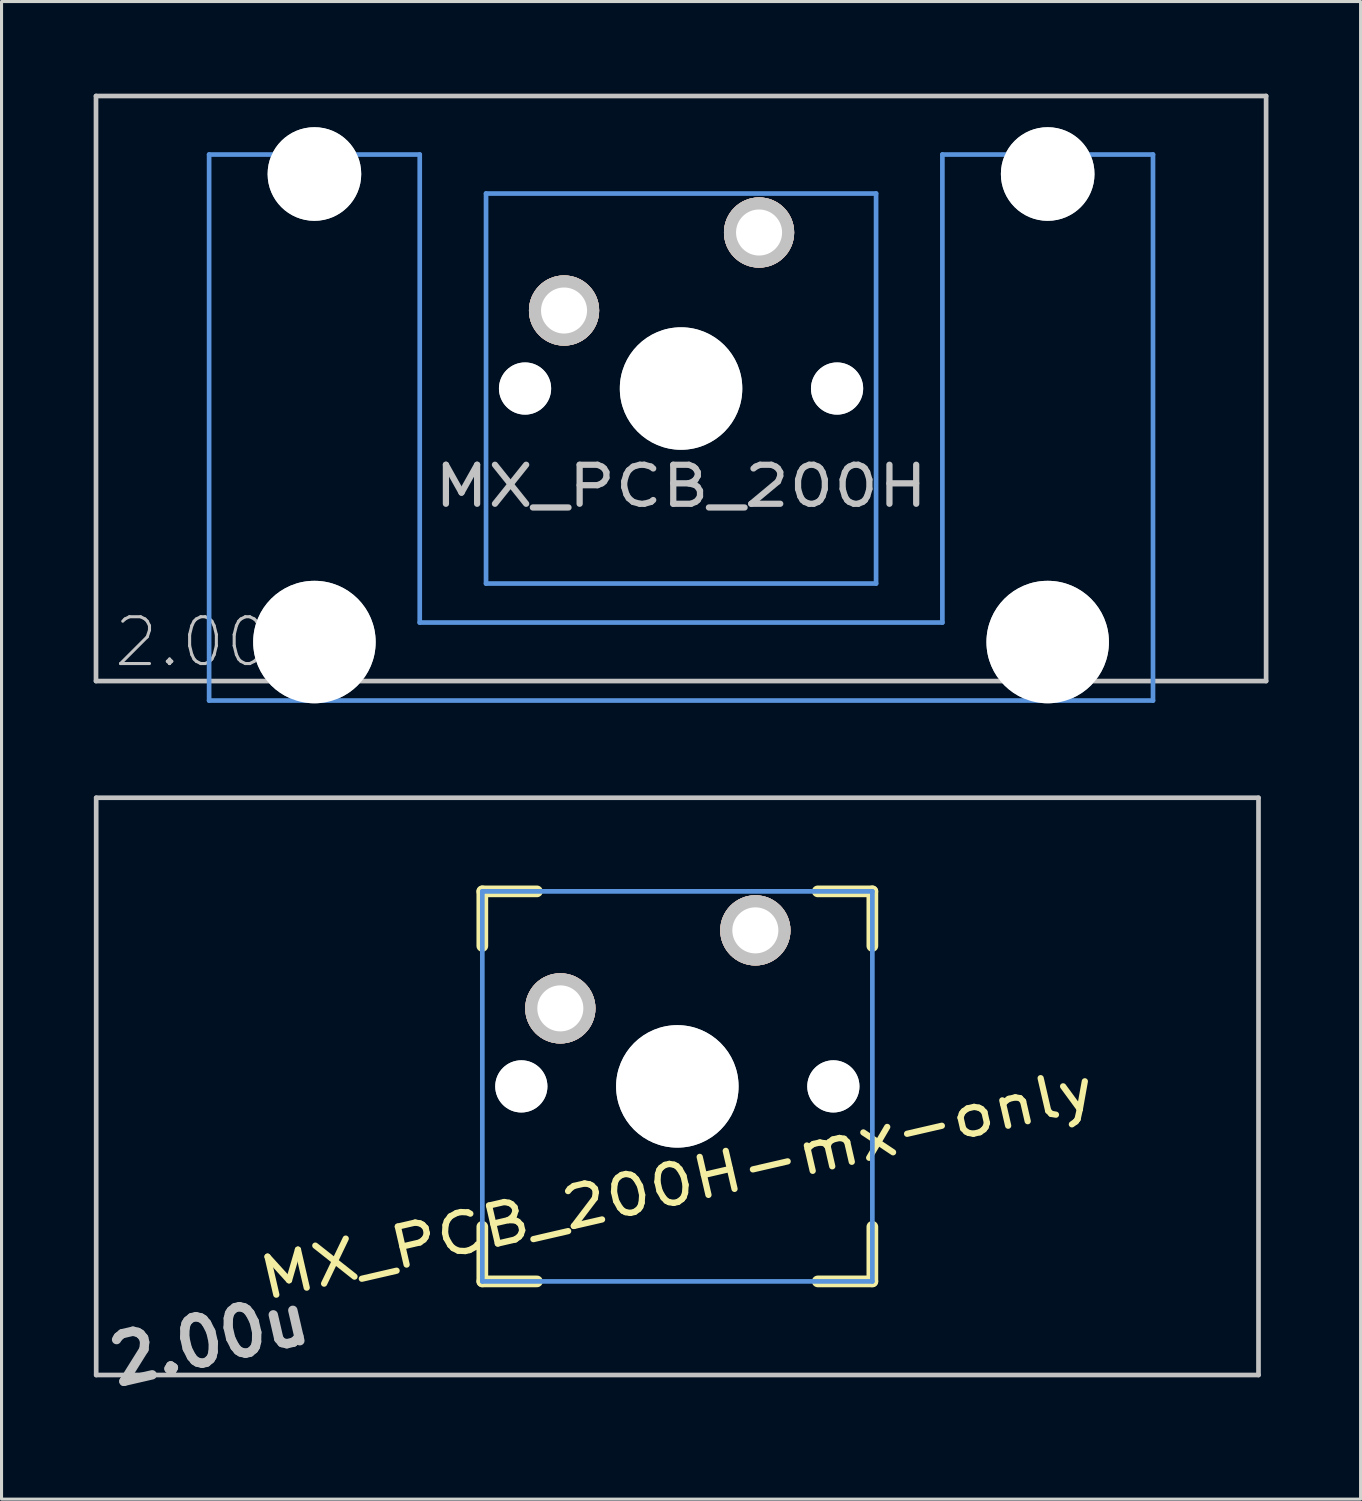
<source format=kicad_pcb>
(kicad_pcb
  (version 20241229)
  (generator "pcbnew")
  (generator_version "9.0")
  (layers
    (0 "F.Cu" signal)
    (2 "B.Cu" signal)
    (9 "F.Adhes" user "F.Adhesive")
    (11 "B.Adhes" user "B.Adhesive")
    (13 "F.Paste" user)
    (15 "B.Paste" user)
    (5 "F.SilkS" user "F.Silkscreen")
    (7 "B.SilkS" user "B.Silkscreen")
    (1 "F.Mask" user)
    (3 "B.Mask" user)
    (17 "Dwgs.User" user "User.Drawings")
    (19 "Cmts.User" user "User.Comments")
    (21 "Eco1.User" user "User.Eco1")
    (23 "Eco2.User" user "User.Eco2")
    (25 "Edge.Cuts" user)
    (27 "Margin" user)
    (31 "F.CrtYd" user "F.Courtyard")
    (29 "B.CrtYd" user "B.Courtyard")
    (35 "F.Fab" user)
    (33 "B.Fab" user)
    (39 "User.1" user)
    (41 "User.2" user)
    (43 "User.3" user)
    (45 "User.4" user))
  (footprint "MX_PCB_200H-mx-only"
    (layer "F.Cu")
    (at 19.005 32.324)
    (property "Reference" "MX_PCB_200H-mx-only" (at 0 3.175 13) (layer "F.SilkS") (effects (font (size 1.27 1.524) (thickness 0.203))))
    (attr through_hole)
    (fp_line (start -6.35 -6.35) (end -4.572 -6.35) (stroke (width 0.381) (type solid)) (layer "F.SilkS"))
    (fp_line (start -6.35 -4.572) (end -6.35 -6.35) (stroke (width 0.381) (type solid)) (layer "F.SilkS"))
    (fp_line (start -6.35 6.35) (end -6.35 4.572) (stroke (width 0.381) (type solid)) (layer "F.SilkS"))
    (fp_line (start -4.572 6.35) (end -6.35 6.35) (stroke (width 0.381) (type solid)) (layer "F.SilkS"))
    (fp_line (start 4.572 -6.35) (end 6.35 -6.35) (stroke (width 0.381) (type solid)) (layer "F.SilkS"))
    (fp_line (start 6.35 -6.35) (end 6.35 -4.572) (stroke (width 0.381) (type solid)) (layer "F.SilkS"))
    (fp_line (start 6.35 4.572) (end 6.35 6.35) (stroke (width 0.381) (type solid)) (layer "F.SilkS"))
    (fp_line (start 6.35 6.35) (end 4.572 6.35) (stroke (width 0.381) (type solid)) (layer "F.SilkS"))
    (fp_line (start -18.923 -9.398) (end 18.923 -9.398) (stroke (width 0.152) (type solid)) (layer "Dwgs.User"))
    (fp_line (start -18.923 9.398) (end -18.923 -9.398) (stroke (width 0.152) (type solid)) (layer "Dwgs.User"))
    (fp_line (start 18.923 -9.398) (end 18.923 9.398) (stroke (width 0.152) (type solid)) (layer "Dwgs.User"))
    (fp_line (start 18.923 9.398) (end -18.923 9.398) (stroke (width 0.152) (type solid)) (layer "Dwgs.User"))
    (fp_line (start -6.35 -6.35) (end 6.35 -6.35) (stroke (width 0.152) (type solid)) (layer "Cmts.User"))
    (fp_line (start -6.35 6.35) (end -6.35 -6.35) (stroke (width 0.152) (type solid)) (layer "Cmts.User"))
    (fp_line (start 6.35 -6.35) (end 6.35 6.35) (stroke (width 0.152) (type solid)) (layer "Cmts.User"))
    (fp_line (start 6.35 6.35) (end -6.35 6.35) (stroke (width 0.152) (type solid)) (layer "Cmts.User"))
    (fp_text user "2.00u" (at -15.24 8.255 13) (layer "Dwgs.User") (effects (font (size 1.524 1.524) (thickness 0.305))))
    (pad "" np_thru_hole circle (at -5.08 0 13) (size 1.7 1.7) (drill 1.7) (layers "*.Cu" "Dwgs.User"))
    (pad "" np_thru_hole circle (at 0 0 13) (size 3.988 3.988) (drill 3.988) (layers "*.Cu" "Dwgs.User"))
    (pad "" np_thru_hole circle (at 5.08 0 13) (size 1.7 1.7) (drill 1.7) (layers "*.Cu" "Dwgs.User"))
    (pad "1" thru_hole circle (at 2.54 -5.08 13) (size 2.286 2.286) (drill 1.499) (layers "*.Cu" "*.SilkS" "*.Mask" "Dwgs.User"))
    (pad "2" thru_hole circle (at -3.81 -2.54 13) (size 2.286 2.286) (drill 1.499) (layers "*.Cu" "*.SilkS" "*.Mask" "Dwgs.User")))
  (footprint "MX_PCB_200H"
    (layer "F.Cu")
    (at 19.126 9.601)
    (property "Reference" "MX_PCB_200H" (at 0 3.175 0) (layer "Dwgs.User") (effects (font (size 1.27 1.524) (thickness 0.203))))
    (attr through_hole)
    (fp_line (start -19.05 -9.525) (end 19.05 -9.525) (stroke (width 0.152) (type solid)) (layer "Dwgs.User"))
    (fp_line (start -19.05 9.525) (end -19.05 -9.525) (stroke (width 0.152) (type solid)) (layer "Dwgs.User"))
    (fp_line (start 19.05 -9.525) (end 19.05 9.525) (stroke (width 0.152) (type solid)) (layer "Dwgs.User"))
    (fp_line (start 19.05 9.525) (end -19.05 9.525) (stroke (width 0.152) (type solid)) (layer "Dwgs.User"))
    (fp_line (start -15.367 -7.62) (end -15.367 10.16) (stroke (width 0.152) (type solid)) (layer "Cmts.User"))
    (fp_line (start -15.367 10.16) (end 15.367 10.16) (stroke (width 0.152) (type solid)) (layer "Cmts.User"))
    (fp_line (start -8.509 -7.62) (end -15.367 -7.62) (stroke (width 0.152) (type solid)) (layer "Cmts.User"))
    (fp_line (start -8.509 7.62) (end -8.509 -7.62) (stroke (width 0.152) (type solid)) (layer "Cmts.User"))
    (fp_line (start -6.35 -6.35) (end 6.35 -6.35) (stroke (width 0.152) (type solid)) (layer "Cmts.User"))
    (fp_line (start -6.35 6.35) (end -6.35 -6.35) (stroke (width 0.152) (type solid)) (layer "Cmts.User"))
    (fp_line (start 6.35 -6.35) (end 6.35 6.35) (stroke (width 0.152) (type solid)) (layer "Cmts.User"))
    (fp_line (start 6.35 6.35) (end -6.35 6.35) (stroke (width 0.152) (type solid)) (layer "Cmts.User"))
    (fp_line (start 8.509 -7.62) (end 8.509 7.62) (stroke (width 0.152) (type solid)) (layer "Cmts.User"))
    (fp_line (start 8.509 7.62) (end -8.509 7.62) (stroke (width 0.152) (type solid)) (layer "Cmts.User"))
    (fp_line (start 15.367 -7.62) (end 8.509 -7.62) (stroke (width 0.152) (type solid)) (layer "Cmts.User"))
    (fp_line (start 15.367 10.16) (end 15.367 -7.62) (stroke (width 0.152) (type solid)) (layer "Cmts.User"))
    (fp_curve (pts (xy -15.46 -7.995) (xy -15.46 -7.995) (xy -15.46 8.005) (xy -15.46 8.005)) (stroke (width 0.3) (type solid)) (layer "Eco2.User"))
    (fp_curve (pts (xy -15.46 8.005) (xy -15.46 8.555) (xy -15.01 9.005) (xy -14.46 9.005)) (stroke (width 0.3) (type solid)) (layer "Eco2.User"))
    (fp_curve (pts (xy -14.46 -8.995) (xy -15.01 -8.995) (xy -15.46 -8.545) (xy -15.46 -7.995)) (stroke (width 0.3) (type solid)) (layer "Eco2.User"))
    (fp_curve (pts (xy -14.46 9.005) (xy -14.46 9.005) (xy -9.41 9.005) (xy -9.41 9.005)) (stroke (width 0.3) (type solid)) (layer "Eco2.User"))
    (fp_curve (pts (xy -9.41 -8.995) (xy -9.41 -8.995) (xy -14.46 -8.995) (xy -14.46 -8.995)) (stroke (width 0.3) (type solid)) (layer "Eco2.User"))
    (fp_curve (pts (xy -9.41 9.005) (xy -8.86 9.005) (xy -8.41 8.555) (xy -8.41 8.005)) (stroke (width 0.3) (type solid)) (layer "Eco2.User"))
    (fp_curve (pts (xy -8.41 -7.995) (xy -8.41 -8.545) (xy -8.86 -8.995) (xy -9.41 -8.995)) (stroke (width 0.3) (type solid)) (layer "Eco2.User"))
    (fp_curve (pts (xy -8.41 8.005) (xy -8.41 8.005) (xy -8.41 -7.995) (xy -8.41 -7.995)) (stroke (width 0.3) (type solid)) (layer "Eco2.User"))
    (fp_curve (pts (xy -7 -6.001) (xy -7 -6.551) (xy -6.55 -7.001) (xy -6 -7.001)) (stroke (width 0.3) (type solid)) (layer "Eco2.User"))
    (fp_curve (pts (xy -7 5.999) (xy -7 5.999) (xy -7 -6.001) (xy -7 -6.001)) (stroke (width 0.3) (type solid)) (layer "Eco2.User"))
    (fp_curve (pts (xy -6 -7.001) (xy -6 -7.001) (xy 6 -7.001) (xy 6 -7.001)) (stroke (width 0.3) (type solid)) (layer "Eco2.User"))
    (fp_curve (pts (xy -6 6.999) (xy -6.55 6.999) (xy -7 6.549) (xy -7 5.999)) (stroke (width 0.3) (type solid)) (layer "Eco2.User"))
    (fp_curve (pts (xy 6 -7.001) (xy 6.55 -7.001) (xy 7 -6.551) (xy 7 -6.001)) (stroke (width 0.3) (type solid)) (layer "Eco2.User"))
    (fp_curve (pts (xy 6 6.999) (xy 6 6.999) (xy -6 6.999) (xy -6 6.999)) (stroke (width 0.3) (type solid)) (layer "Eco2.User"))
    (fp_curve (pts (xy 7 -6.001) (xy 7 -6.001) (xy 7 5.999) (xy 7 5.999)) (stroke (width 0.3) (type solid)) (layer "Eco2.User"))
    (fp_curve (pts (xy 7 5.999) (xy 7 6.549) (xy 6.55 6.999) (xy 6 6.999)) (stroke (width 0.3) (type solid)) (layer "Eco2.User"))
    (fp_curve (pts (xy 8.406 -7.995) (xy 8.406 -8.545) (xy 8.856 -8.995) (xy 9.406 -8.995)) (stroke (width 0.3) (type solid)) (layer "Eco2.User"))
    (fp_curve (pts (xy 8.406 8.005) (xy 8.406 8.005) (xy 8.406 -7.995) (xy 8.406 -7.995)) (stroke (width 0.3) (type solid)) (layer "Eco2.User"))
    (fp_curve (pts (xy 9.406 -8.995) (xy 9.406 -8.995) (xy 14.456 -8.995) (xy 14.456 -8.995)) (stroke (width 0.3) (type solid)) (layer "Eco2.User"))
    (fp_curve (pts (xy 9.406 9.005) (xy 8.856 9.005) (xy 8.406 8.555) (xy 8.406 8.005)) (stroke (width 0.3) (type solid)) (layer "Eco2.User"))
    (fp_curve (pts (xy 14.456 -8.995) (xy 15.006 -8.995) (xy 15.456 -8.545) (xy 15.456 -7.995)) (stroke (width 0.3) (type solid)) (layer "Eco2.User"))
    (fp_curve (pts (xy 14.456 9.005) (xy 14.456 9.005) (xy 9.406 9.005) (xy 9.406 9.005)) (stroke (width 0.3) (type solid)) (layer "Eco2.User"))
    (fp_curve (pts (xy 15.456 -7.995) (xy 15.456 -7.995) (xy 15.456 8.005) (xy 15.456 8.005)) (stroke (width 0.3) (type solid)) (layer "Eco2.User"))
    (fp_curve (pts (xy 15.456 8.005) (xy 15.456 8.555) (xy 15.006 9.005) (xy 14.456 9.005)) (stroke (width 0.3) (type solid)) (layer "Eco2.User"))
    (fp_text user "2.00u" (at -15.24 8.255 0) (layer "Dwgs.User") (effects (font (size 1.524 1.524) (thickness 0.1))))
    (pad "" np_thru_hole circle (at -11.938 -6.985) (size 3.048 3.048) (drill 3.048) (layers "*.Cu" "Dwgs.User"))
    (pad "" np_thru_hole circle (at -11.938 8.255) (size 3.988 3.988) (drill 3.988) (layers "*.Cu" "Dwgs.User"))
    (pad "" np_thru_hole circle (at -5.08 0) (size 1.7 1.7) (drill 1.7) (layers "*.Cu" "Dwgs.User"))
    (pad "" np_thru_hole circle (at 0 0) (size 3.988 3.988) (drill 3.988) (layers "*.Cu" "Dwgs.User"))
    (pad "" np_thru_hole circle (at 5.08 0) (size 1.7 1.7) (drill 1.7) (layers "*.Cu" "Dwgs.User"))
    (pad "" np_thru_hole circle (at 11.938 -6.985) (size 3.048 3.048) (drill 3.048) (layers "*.Cu" "Dwgs.User"))
    (pad "" np_thru_hole circle (at 11.938 8.255) (size 3.988 3.988) (drill 3.988) (layers "*.Cu" "Dwgs.User"))
    (pad "1" thru_hole circle (at 2.54 -5.08) (size 2.286 2.286) (drill 1.499) (layers "*.Cu" "*.SilkS" "*.Mask" "Dwgs.User"))
    (pad "2" thru_hole circle (at -3.81 -2.54) (size 2.286 2.286) (drill 1.499) (layers "*.Cu" "*.SilkS" "*.Mask" "Dwgs.User")))
  (gr_rect
    (start -3 -3)
    (end 41.252 45.764)
    (stroke (width 0.1) (type default))
    (fill no)
    (layer "Edge.Cuts")))
</source>
